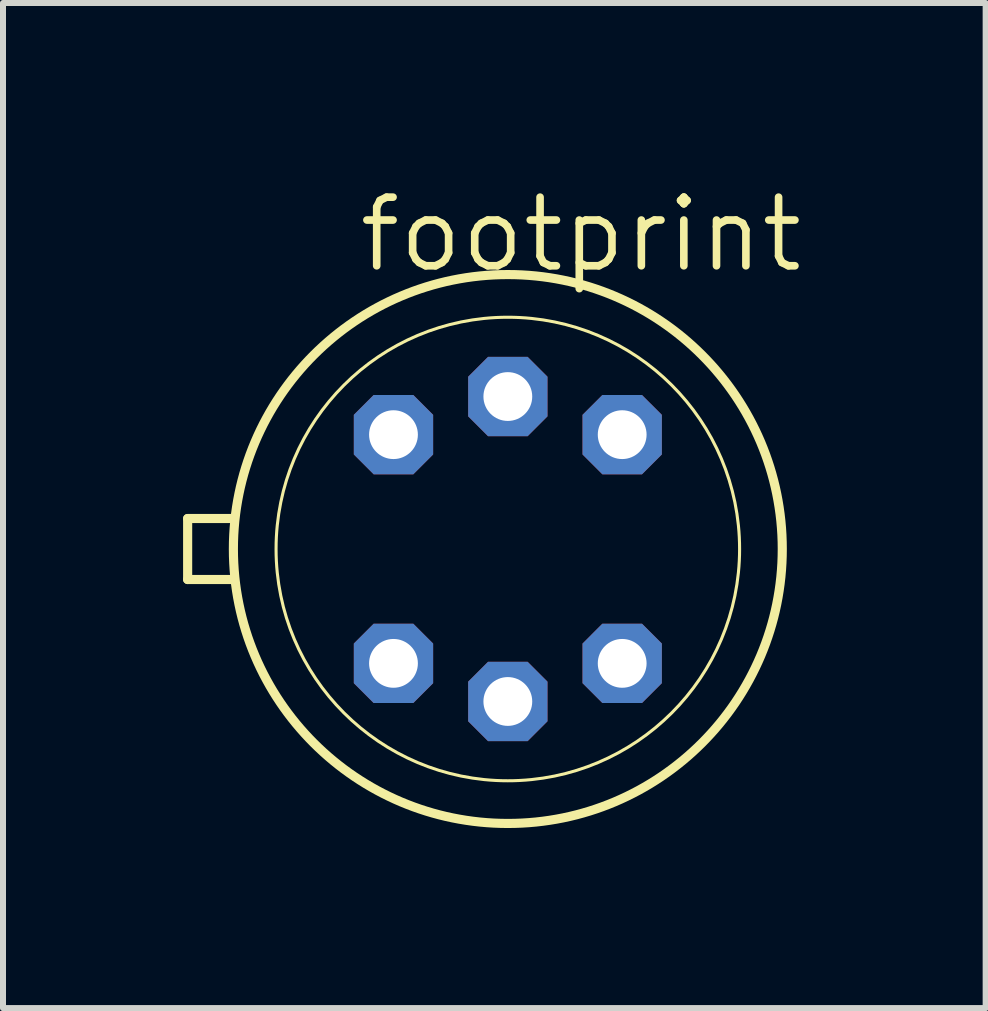
<source format=kicad_pcb>
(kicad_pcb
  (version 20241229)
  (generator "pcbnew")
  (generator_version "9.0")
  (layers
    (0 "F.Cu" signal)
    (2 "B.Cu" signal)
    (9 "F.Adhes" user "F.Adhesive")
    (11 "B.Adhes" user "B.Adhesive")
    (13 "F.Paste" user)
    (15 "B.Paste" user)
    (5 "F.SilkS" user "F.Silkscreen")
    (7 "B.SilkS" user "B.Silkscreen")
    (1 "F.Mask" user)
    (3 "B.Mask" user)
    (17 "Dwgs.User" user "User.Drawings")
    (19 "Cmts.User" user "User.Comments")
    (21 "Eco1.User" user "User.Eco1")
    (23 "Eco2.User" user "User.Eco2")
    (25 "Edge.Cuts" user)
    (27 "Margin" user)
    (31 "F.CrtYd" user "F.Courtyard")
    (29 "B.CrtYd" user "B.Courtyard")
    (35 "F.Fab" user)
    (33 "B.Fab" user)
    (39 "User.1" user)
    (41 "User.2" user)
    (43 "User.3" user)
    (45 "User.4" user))
  (footprint "footprint"
    (layer "F.Cu")
    (at 5.41 6.096)
    (property "Reference" "footprint" (at -2.54 -4.572 0) (layer "F.SilkS") (effects (font (size 1.143 1.143) (thickness 0.127)) (justify left bottom)))
    (fp_line (start -5.334 0.508) (end -5.334 -0.508) (stroke (width 0.152) (type solid)) (layer "F.SilkS"))
    (fp_line (start -5.334 0.508) (end -4.572 0.508) (stroke (width 0.152) (type solid)) (layer "F.SilkS"))
    (fp_line (start -4.572 -0.508) (end -5.334 -0.508) (stroke (width 0.152) (type solid)) (layer "F.SilkS"))
    (fp_circle (center 0 0) (end 3.861 0) (stroke (width 0.051) (type solid)) (fill no) (layer "F.SilkS"))
    (fp_circle (center 0 0) (end 4.572 0) (stroke (width 0.152) (type solid)) (fill no) (layer "F.SilkS"))
    (pad "1" thru_hole roundrect (at -1.905 1.905) (size 1.321 1.321) (drill 0.813) (layers "*.Cu" "*.Mask") (roundrect_rratio 0.25) (chamfer_ratio 0.25) (chamfer top_left top_right bottom_left bottom_right))
    (pad "2" thru_hole roundrect (at 0 2.54) (size 1.321 1.321) (drill 0.813) (layers "*.Cu" "*.Mask") (roundrect_rratio 0.25) (chamfer_ratio 0.25) (chamfer top_left top_right bottom_left bottom_right))
    (pad "3" thru_hole roundrect (at 1.905 1.905) (size 1.321 1.321) (drill 0.813) (layers "*.Cu" "*.Mask") (roundrect_rratio 0.25) (chamfer_ratio 0.25) (chamfer top_left top_right bottom_left bottom_right))
    (pad "4" thru_hole roundrect (at 1.905 -1.905) (size 1.321 1.321) (drill 0.813) (layers "*.Cu" "*.Mask") (roundrect_rratio 0.25) (chamfer_ratio 0.25) (chamfer top_left top_right bottom_left bottom_right))
    (pad "5" thru_hole roundrect (at 0 -2.54) (size 1.321 1.321) (drill 0.813) (layers "*.Cu" "*.Mask") (roundrect_rratio 0.25) (chamfer_ratio 0.25) (chamfer top_left top_right bottom_left bottom_right))
    (pad "6" thru_hole roundrect (at -1.905 -1.905) (size 1.321 1.321) (drill 0.813) (layers "*.Cu" "*.Mask") (roundrect_rratio 0.25) (chamfer_ratio 0.25) (chamfer top_left top_right bottom_left bottom_right)))
  (gr_rect
    (start -3 -3)
    (end 13.37 13.744)
    (stroke (width 0.1) (type default))
    (fill no)
    (layer "Edge.Cuts")))
</source>
